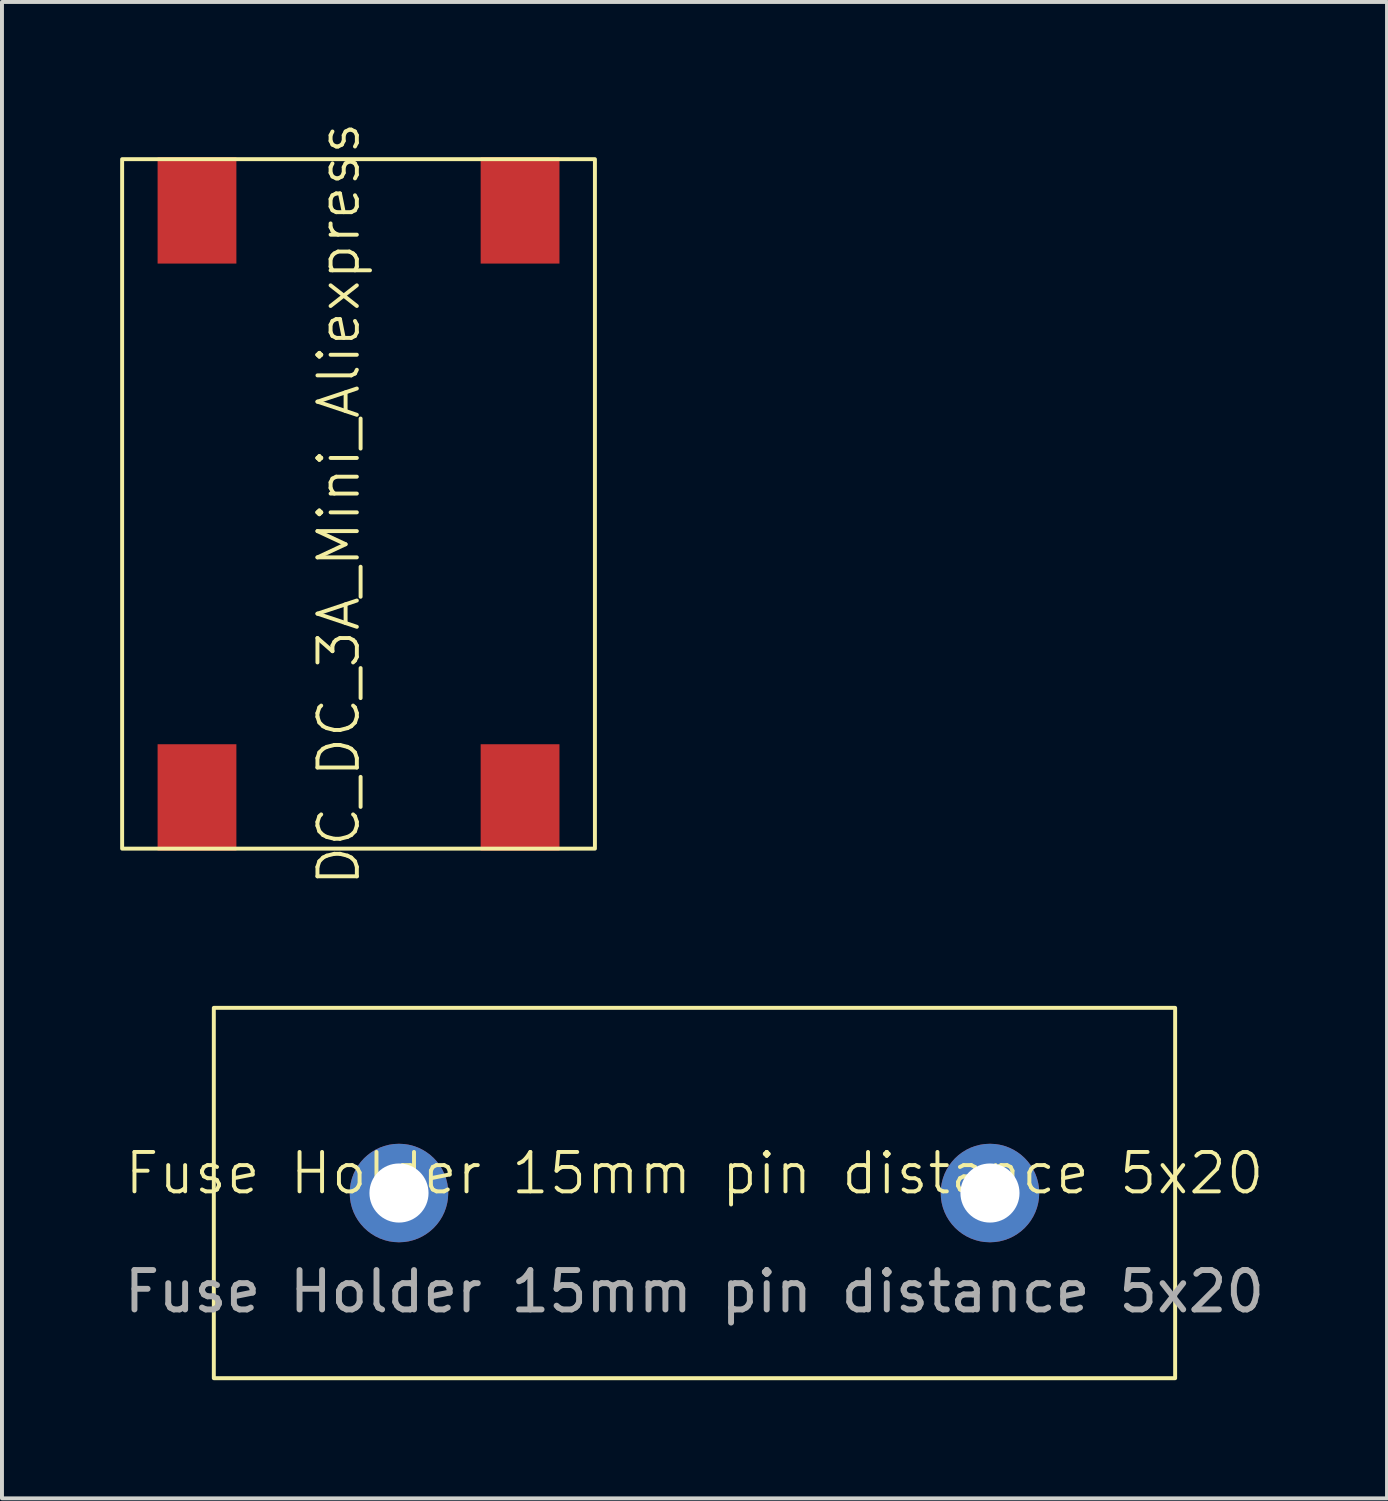
<source format=kicad_pcb>
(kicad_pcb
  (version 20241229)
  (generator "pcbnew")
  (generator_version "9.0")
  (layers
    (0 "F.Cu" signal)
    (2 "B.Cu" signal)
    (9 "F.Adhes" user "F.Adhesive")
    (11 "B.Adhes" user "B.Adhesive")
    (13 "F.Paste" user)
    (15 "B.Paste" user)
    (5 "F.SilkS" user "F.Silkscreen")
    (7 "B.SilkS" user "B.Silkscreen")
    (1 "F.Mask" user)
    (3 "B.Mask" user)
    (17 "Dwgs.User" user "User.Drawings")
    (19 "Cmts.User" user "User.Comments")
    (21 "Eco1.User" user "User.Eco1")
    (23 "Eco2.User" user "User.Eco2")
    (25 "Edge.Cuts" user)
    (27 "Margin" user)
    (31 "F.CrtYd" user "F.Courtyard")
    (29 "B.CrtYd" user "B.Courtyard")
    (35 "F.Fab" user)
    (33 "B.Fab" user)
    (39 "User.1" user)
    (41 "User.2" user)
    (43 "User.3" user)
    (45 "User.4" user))
  (footprint "DC_DC_3A_Mini_Aliexpress"
    (layer "F.Cu")
    (at 6.05 9.74)
    (property "Reference" "DC_DC_3A_Mini_Aliexpress" (at -0.5 0 90) (unlocked yes) (layer "F.SilkS") (effects (font (size 1 1) (thickness 0.1))))
    (attr smd)
    (fp_rect (start -6 -8.75) (end 6 8.75) (stroke (width 0.1) (type solid)) (fill no) (layer "F.SilkS"))
    (pad "1" smd rect (at -4.1 -7.45) (size 2 2.7) (layers "F.Cu" "F.Mask" "F.Paste"))
    (pad "2" smd rect (at 4.1 -7.45) (size 2 2.7) (layers "F.Cu" "F.Mask" "F.Paste"))
    (pad "3" smd rect (at -4.1 7.45) (size 2 2.7) (layers "F.Cu" "F.Mask" "F.Paste"))
    (pad "4" smd rect (at 4.1 7.45) (size 2 2.7) (layers "F.Cu" "F.Mask" "F.Paste")))
  (footprint "Fuse Holder 15mm pin distance 5x20"
    (layer "F.Cu")
    (at 14.577 27.231)
    (property "Reference" "Fuse Holder 15mm pin distance 5x20" (at 0 -0.5 0) (unlocked yes) (layer "F.SilkS") (effects (font (size 1 1) (thickness 0.1))))
    (attr through_hole)
    (fp_rect (start -12.2 -4.7) (end 12.2 4.7) (stroke (width 0.1) (type solid)) (fill no) (layer "F.SilkS"))
    (fp_text user "${REFERENCE}" (at 0 2.5 0) (unlocked yes) (layer "F.Fab") (effects (font (size 1 1) (thickness 0.15))))
    (pad "1" thru_hole circle (at -7.5 0) (size 2.5 2.5) (drill 1.5) (layers "*.Cu" "*.Mask"))
    (pad "2" thru_hole circle (at 7.5 0) (size 2.5 2.5) (drill 1.5) (layers "*.Cu" "*.Mask")))
  (gr_rect
    (start -3 -3)
    (end 32.155 34.981)
    (stroke (width 0.1) (type default))
    (fill no)
    (layer "Edge.Cuts")))
</source>
